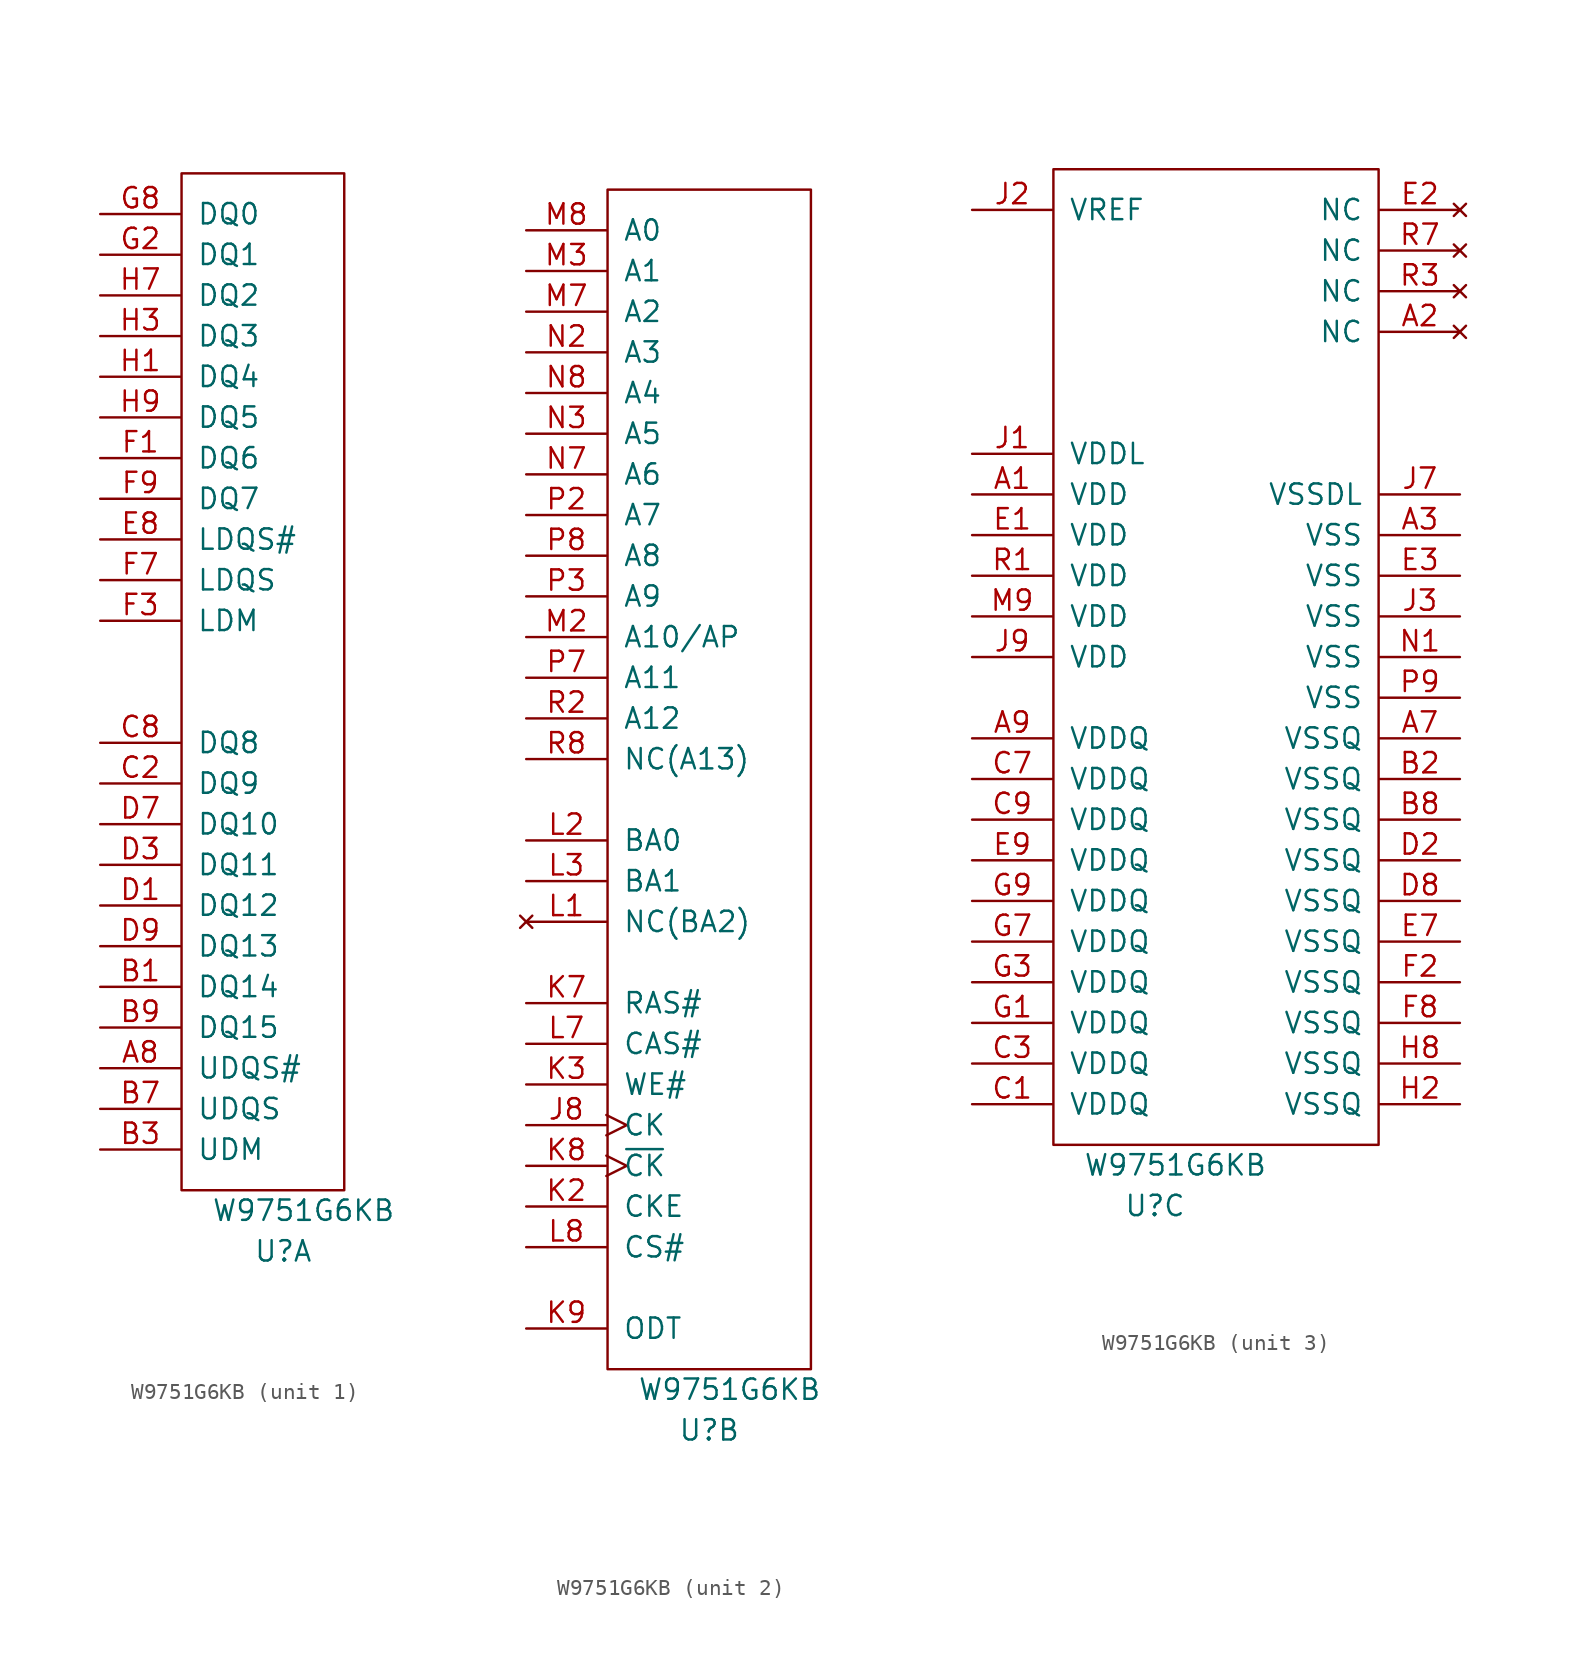
<source format=kicad_sym>
(kicad_symbol_lib
  (version 20231120)
  (generator "kicad_symbol_editor")
  (generator_version "8.0")
  (symbol "W9751G6KB"
    (pin_names
      (offset 1.016))
    (property "Reference" "U"
      (at 6.35 -3.81 0)
      (effects (font (size 1.27 1.27))))
    (property "Value" "W9751G6KB"
      (at 7.62 -1.27 0)
      (effects (font (size 1.27 1.27))))
    (property "ki_locked" ""
      (at 0 0 0)
      (effects (font (size 1.27 1.27))))
    (symbol "W9751G6KB_1_0"
      (rectangle (start 0 0) (end 10.16 63.5) (stroke (width 0) (type solid)) (fill (type none))))
    (symbol "W9751G6KB_1_1"
      (pin bidirectional line (at -5.08 7.62 0) (length 5.004) (name "UDQS#" (effects (font (size 1.27 1.27)))) (number "A8" (effects (font (size 1.27 1.27)))))
      (pin bidirectional line (at -5.08 12.7 0) (length 5.004) (name "DQ14" (effects (font (size 1.27 1.27)))) (number "B1" (effects (font (size 1.27 1.27)))))
      (pin input line (at -5.08 2.54 0) (length 5.004) (name "UDM" (effects (font (size 1.27 1.27)))) (number "B3" (effects (font (size 1.27 1.27)))))
      (pin bidirectional line (at -5.08 5.08 0) (length 5.004) (name "UDQS" (effects (font (size 1.27 1.27)))) (number "B7" (effects (font (size 1.27 1.27)))))
      (pin bidirectional line (at -5.08 10.16 0) (length 5.004) (name "DQ15" (effects (font (size 1.27 1.27)))) (number "B9" (effects (font (size 1.27 1.27)))))
      (pin bidirectional line (at -5.08 25.4 0) (length 5.004) (name "DQ9" (effects (font (size 1.27 1.27)))) (number "C2" (effects (font (size 1.27 1.27)))))
      (pin bidirectional line (at -5.08 27.94 0) (length 5.004) (name "DQ8" (effects (font (size 1.27 1.27)))) (number "C8" (effects (font (size 1.27 1.27)))))
      (pin bidirectional line (at -5.08 17.78 0) (length 5.004) (name "DQ12" (effects (font (size 1.27 1.27)))) (number "D1" (effects (font (size 1.27 1.27)))))
      (pin bidirectional line (at -5.08 20.32 0) (length 5.004) (name "DQ11" (effects (font (size 1.27 1.27)))) (number "D3" (effects (font (size 1.27 1.27)))))
      (pin bidirectional line (at -5.08 22.86 0) (length 5.004) (name "DQ10" (effects (font (size 1.27 1.27)))) (number "D7" (effects (font (size 1.27 1.27)))))
      (pin bidirectional line (at -5.08 15.24 0) (length 5.004) (name "DQ13" (effects (font (size 1.27 1.27)))) (number "D9" (effects (font (size 1.27 1.27)))))
      (pin bidirectional line (at -5.08 40.64 0) (length 5.004) (name "LDQS#" (effects (font (size 1.27 1.27)))) (number "E8" (effects (font (size 1.27 1.27)))))
      (pin bidirectional line (at -5.08 45.72 0) (length 5.004) (name "DQ6" (effects (font (size 1.27 1.27)))) (number "F1" (effects (font (size 1.27 1.27)))))
      (pin bidirectional line (at -5.08 35.56 0) (length 5.004) (name "LDM" (effects (font (size 1.27 1.27)))) (number "F3" (effects (font (size 1.27 1.27)))))
      (pin bidirectional line (at -5.08 38.1 0) (length 5.004) (name "LDQS" (effects (font (size 1.27 1.27)))) (number "F7" (effects (font (size 1.27 1.27)))))
      (pin bidirectional line (at -5.08 43.18 0) (length 5.004) (name "DQ7" (effects (font (size 1.27 1.27)))) (number "F9" (effects (font (size 1.27 1.27)))))
      (pin bidirectional line (at -5.08 58.42 0) (length 5.004) (name "DQ1" (effects (font (size 1.27 1.27)))) (number "G2" (effects (font (size 1.27 1.27)))))
      (pin bidirectional line (at -5.08 60.96 0) (length 5.004) (name "DQ0" (effects (font (size 1.27 1.27)))) (number "G8" (effects (font (size 1.27 1.27)))))
      (pin bidirectional line (at -5.08 50.8 0) (length 5.004) (name "DQ4" (effects (font (size 1.27 1.27)))) (number "H1" (effects (font (size 1.27 1.27)))))
      (pin bidirectional line (at -5.08 53.34 0) (length 5.004) (name "DQ3" (effects (font (size 1.27 1.27)))) (number "H3" (effects (font (size 1.27 1.27)))))
      (pin bidirectional line (at -5.08 55.88 0) (length 5.004) (name "DQ2" (effects (font (size 1.27 1.27)))) (number "H7" (effects (font (size 1.27 1.27)))))
      (pin bidirectional line (at -5.08 48.26 0) (length 5.004) (name "DQ5" (effects (font (size 1.27 1.27)))) (number "H9" (effects (font (size 1.27 1.27))))))
    (symbol "W9751G6KB_2_0"
      (rectangle (start 0 0) (end 12.7 73.66) (stroke (width 0) (type solid)) (fill (type none))))
    (symbol "W9751G6KB_2_1"
      (pin input clock (at -5.08 15.24 0) (length 5.004) (name "CK" (effects (font (size 1.27 1.27)))) (number "J8" (effects (font (size 1.27 1.27)))))
      (pin input line (at -5.08 10.16 0) (length 5.004) (name "CKE" (effects (font (size 1.27 1.27)))) (number "K2" (effects (font (size 1.27 1.27)))))
      (pin input line (at -5.08 17.78 0) (length 5.004) (name "WE#" (effects (font (size 1.27 1.27)))) (number "K3" (effects (font (size 1.27 1.27)))))
      (pin input line (at -5.08 22.86 0) (length 5.004) (name "RAS#" (effects (font (size 1.27 1.27)))) (number "K7" (effects (font (size 1.27 1.27)))))
      (pin input clock (at -5.08 12.7 0) (length 5.004) (name "~{CK}" (effects (font (size 1.27 1.27)))) (number "K8" (effects (font (size 1.27 1.27)))))
      (pin input line (at -5.08 2.54 0) (length 5.004) (name "ODT" (effects (font (size 1.27 1.27)))) (number "K9" (effects (font (size 1.27 1.27)))))
      (pin no_connect line (at -5.08 27.94 0) (length 5.004) (name "NC(BA2)" (effects (font (size 1.27 1.27)))) (number "L1" (effects (font (size 1.27 1.27)))))
      (pin input line (at -5.08 33.02 0) (length 5.004) (name "BA0" (effects (font (size 1.27 1.27)))) (number "L2" (effects (font (size 1.27 1.27)))))
      (pin input line (at -5.08 30.48 0) (length 5.004) (name "BA1" (effects (font (size 1.27 1.27)))) (number "L3" (effects (font (size 1.27 1.27)))))
      (pin input line (at -5.08 20.32 0) (length 5.004) (name "CAS#" (effects (font (size 1.27 1.27)))) (number "L7" (effects (font (size 1.27 1.27)))))
      (pin input line (at -5.08 7.62 0) (length 5.004) (name "CS#" (effects (font (size 1.27 1.27)))) (number "L8" (effects (font (size 1.27 1.27)))))
      (pin input line (at -5.08 45.72 0) (length 5.004) (name "A10/AP" (effects (font (size 1.27 1.27)))) (number "M2" (effects (font (size 1.27 1.27)))))
      (pin input line (at -5.08 68.58 0) (length 5.004) (name "A1" (effects (font (size 1.27 1.27)))) (number "M3" (effects (font (size 1.27 1.27)))))
      (pin input line (at -5.08 66.04 0) (length 5.004) (name "A2" (effects (font (size 1.27 1.27)))) (number "M7" (effects (font (size 1.27 1.27)))))
      (pin input line (at -5.08 71.12 0) (length 5.004) (name "A0" (effects (font (size 1.27 1.27)))) (number "M8" (effects (font (size 1.27 1.27)))))
      (pin input line (at -5.08 63.5 0) (length 5.004) (name "A3" (effects (font (size 1.27 1.27)))) (number "N2" (effects (font (size 1.27 1.27)))))
      (pin input line (at -5.08 58.42 0) (length 5.004) (name "A5" (effects (font (size 1.27 1.27)))) (number "N3" (effects (font (size 1.27 1.27)))))
      (pin input line (at -5.08 55.88 0) (length 5.004) (name "A6" (effects (font (size 1.27 1.27)))) (number "N7" (effects (font (size 1.27 1.27)))))
      (pin input line (at -5.08 60.96 0) (length 5.004) (name "A4" (effects (font (size 1.27 1.27)))) (number "N8" (effects (font (size 1.27 1.27)))))
      (pin input line (at -5.08 53.34 0) (length 5.004) (name "A7" (effects (font (size 1.27 1.27)))) (number "P2" (effects (font (size 1.27 1.27)))))
      (pin input line (at -5.08 48.26 0) (length 5.004) (name "A9" (effects (font (size 1.27 1.27)))) (number "P3" (effects (font (size 1.27 1.27)))))
      (pin input line (at -5.08 43.18 0) (length 5.004) (name "A11" (effects (font (size 1.27 1.27)))) (number "P7" (effects (font (size 1.27 1.27)))))
      (pin input line (at -5.08 50.8 0) (length 5.004) (name "A8" (effects (font (size 1.27 1.27)))) (number "P8" (effects (font (size 1.27 1.27)))))
      (pin input line (at -5.08 40.64 0) (length 5.004) (name "A12" (effects (font (size 1.27 1.27)))) (number "R2" (effects (font (size 1.27 1.27)))))
      (pin input line (at -5.08 38.1 0) (length 5.004) (name "NC(A13)" (effects (font (size 1.27 1.27)))) (number "R8" (effects (font (size 1.27 1.27))))))
    (symbol "W9751G6KB_3_0"
      (rectangle (start 0 0) (end 20.32 60.96) (stroke (width 0) (type solid)) (fill (type none))))
    (symbol "W9751G6KB_3_1"
      (pin power_in line (at -5.08 40.64 0) (length 5.004) (name "VDD" (effects (font (size 1.27 1.27)))) (number "A1" (effects (font (size 1.27 1.27)))))
      (pin no_connect line (at 25.4 50.8 180) (length 5.004) (name "NC" (effects (font (size 1.27 1.27)))) (number "A2" (effects (font (size 1.27 1.27)))))
      (pin power_in line (at 25.4 38.1 180) (length 5.004) (name "VSS" (effects (font (size 1.27 1.27)))) (number "A3" (effects (font (size 1.27 1.27)))))
      (pin power_in line (at 25.4 25.4 180) (length 5.004) (name "VSSQ" (effects (font (size 1.27 1.27)))) (number "A7" (effects (font (size 1.27 1.27)))))
      (pin power_in line (at -5.08 25.4 0) (length 5.004) (name "VDDQ" (effects (font (size 1.27 1.27)))) (number "A9" (effects (font (size 1.27 1.27)))))
      (pin power_in line (at 25.4 22.86 180) (length 5.004) (name "VSSQ" (effects (font (size 1.27 1.27)))) (number "B2" (effects (font (size 1.27 1.27)))))
      (pin power_in line (at 25.4 20.32 180) (length 5.004) (name "VSSQ" (effects (font (size 1.27 1.27)))) (number "B8" (effects (font (size 1.27 1.27)))))
      (pin power_in line (at -5.08 2.54 0) (length 5.004) (name "VDDQ" (effects (font (size 1.27 1.27)))) (number "C1" (effects (font (size 1.27 1.27)))))
      (pin power_in line (at -5.08 5.08 0) (length 5.004) (name "VDDQ" (effects (font (size 1.27 1.27)))) (number "C3" (effects (font (size 1.27 1.27)))))
      (pin power_in line (at -5.08 22.86 0) (length 5.004) (name "VDDQ" (effects (font (size 1.27 1.27)))) (number "C7" (effects (font (size 1.27 1.27)))))
      (pin power_in line (at -5.08 20.32 0) (length 5.004) (name "VDDQ" (effects (font (size 1.27 1.27)))) (number "C9" (effects (font (size 1.27 1.27)))))
      (pin power_in line (at 25.4 17.78 180) (length 5.004) (name "VSSQ" (effects (font (size 1.27 1.27)))) (number "D2" (effects (font (size 1.27 1.27)))))
      (pin power_in line (at 25.4 15.24 180) (length 5.004) (name "VSSQ" (effects (font (size 1.27 1.27)))) (number "D8" (effects (font (size 1.27 1.27)))))
      (pin power_in line (at -5.08 38.1 0) (length 5.004) (name "VDD" (effects (font (size 1.27 1.27)))) (number "E1" (effects (font (size 1.27 1.27)))))
      (pin no_connect line (at 25.4 58.42 180) (length 5.004) (name "NC" (effects (font (size 1.27 1.27)))) (number "E2" (effects (font (size 1.27 1.27)))))
      (pin power_in line (at 25.4 35.56 180) (length 5.004) (name "VSS" (effects (font (size 1.27 1.27)))) (number "E3" (effects (font (size 1.27 1.27)))))
      (pin power_in line (at 25.4 12.7 180) (length 5.004) (name "VSSQ" (effects (font (size 1.27 1.27)))) (number "E7" (effects (font (size 1.27 1.27)))))
      (pin power_in line (at -5.08 17.78 0) (length 5.004) (name "VDDQ" (effects (font (size 1.27 1.27)))) (number "E9" (effects (font (size 1.27 1.27)))))
      (pin power_in line (at 25.4 10.16 180) (length 5.004) (name "VSSQ" (effects (font (size 1.27 1.27)))) (number "F2" (effects (font (size 1.27 1.27)))))
      (pin power_in line (at 25.4 7.62 180) (length 5.004) (name "VSSQ" (effects (font (size 1.27 1.27)))) (number "F8" (effects (font (size 1.27 1.27)))))
      (pin power_in line (at -5.08 7.62 0) (length 5.004) (name "VDDQ" (effects (font (size 1.27 1.27)))) (number "G1" (effects (font (size 1.27 1.27)))))
      (pin power_in line (at -5.08 10.16 0) (length 5.004) (name "VDDQ" (effects (font (size 1.27 1.27)))) (number "G3" (effects (font (size 1.27 1.27)))))
      (pin power_in line (at -5.08 12.7 0) (length 5.004) (name "VDDQ" (effects (font (size 1.27 1.27)))) (number "G7" (effects (font (size 1.27 1.27)))))
      (pin power_in line (at -5.08 15.24 0) (length 5.004) (name "VDDQ" (effects (font (size 1.27 1.27)))) (number "G9" (effects (font (size 1.27 1.27)))))
      (pin power_in line (at 25.4 2.54 180) (length 5.004) (name "VSSQ" (effects (font (size 1.27 1.27)))) (number "H2" (effects (font (size 1.27 1.27)))))
      (pin power_in line (at 25.4 5.08 180) (length 5.004) (name "VSSQ" (effects (font (size 1.27 1.27)))) (number "H8" (effects (font (size 1.27 1.27)))))
      (pin power_in line (at -5.08 43.18 0) (length 5.004) (name "VDDL" (effects (font (size 1.27 1.27)))) (number "J1" (effects (font (size 1.27 1.27)))))
      (pin input line (at -5.08 58.42 0) (length 5.004) (name "VREF" (effects (font (size 1.27 1.27)))) (number "J2" (effects (font (size 1.27 1.27)))))
      (pin power_in line (at 25.4 33.02 180) (length 5.004) (name "VSS" (effects (font (size 1.27 1.27)))) (number "J3" (effects (font (size 1.27 1.27)))))
      (pin power_in line (at 25.4 40.64 180) (length 5.004) (name "VSSDL" (effects (font (size 1.27 1.27)))) (number "J7" (effects (font (size 1.27 1.27)))))
      (pin power_in line (at -5.08 30.48 0) (length 5.004) (name "VDD" (effects (font (size 1.27 1.27)))) (number "J9" (effects (font (size 1.27 1.27)))))
      (pin power_in line (at -5.08 33.02 0) (length 5.004) (name "VDD" (effects (font (size 1.27 1.27)))) (number "M9" (effects (font (size 1.27 1.27)))))
      (pin power_in line (at 25.4 30.48 180) (length 5.004) (name "VSS" (effects (font (size 1.27 1.27)))) (number "N1" (effects (font (size 1.27 1.27)))))
      (pin power_in line (at 25.4 27.94 180) (length 5.004) (name "VSS" (effects (font (size 1.27 1.27)))) (number "P9" (effects (font (size 1.27 1.27)))))
      (pin power_in line (at -5.08 35.56 0) (length 5.004) (name "VDD" (effects (font (size 1.27 1.27)))) (number "R1" (effects (font (size 1.27 1.27)))))
      (pin no_connect line (at 25.4 53.34 180) (length 5.004) (name "NC" (effects (font (size 1.27 1.27)))) (number "R3" (effects (font (size 1.27 1.27)))))
      (pin no_connect line (at 25.4 55.88 180) (length 5.004) (name "NC" (effects (font (size 1.27 1.27)))) (number "R7" (effects (font (size 1.27 1.27))))))))
</source>
